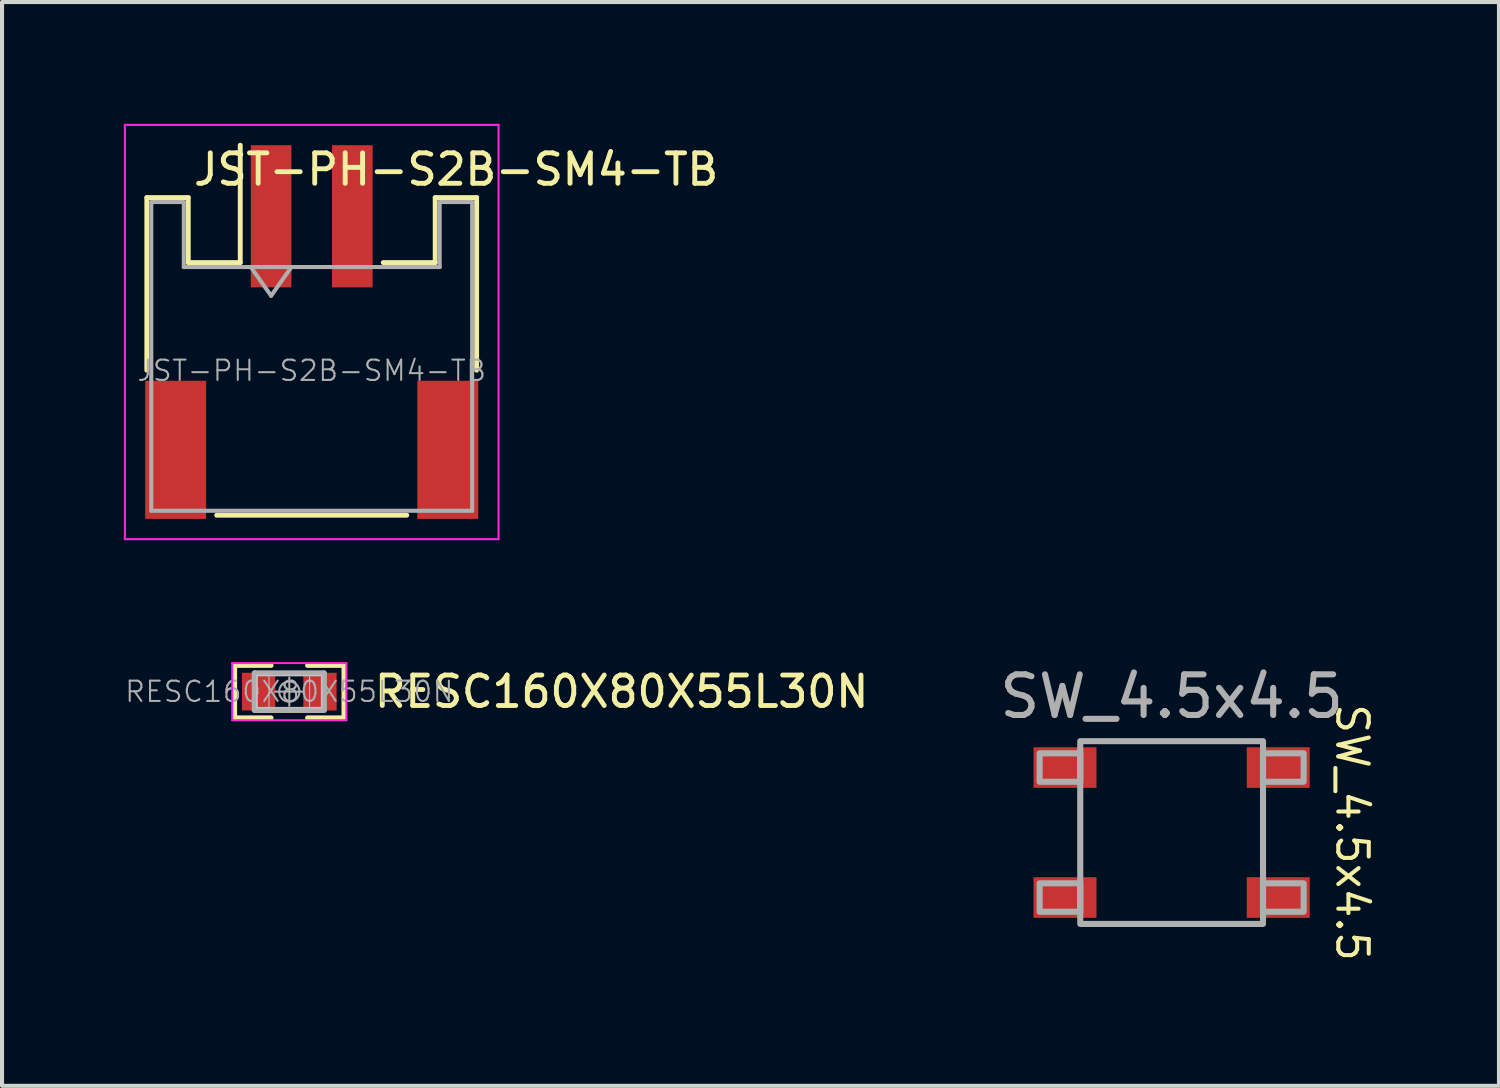
<source format=kicad_pcb>
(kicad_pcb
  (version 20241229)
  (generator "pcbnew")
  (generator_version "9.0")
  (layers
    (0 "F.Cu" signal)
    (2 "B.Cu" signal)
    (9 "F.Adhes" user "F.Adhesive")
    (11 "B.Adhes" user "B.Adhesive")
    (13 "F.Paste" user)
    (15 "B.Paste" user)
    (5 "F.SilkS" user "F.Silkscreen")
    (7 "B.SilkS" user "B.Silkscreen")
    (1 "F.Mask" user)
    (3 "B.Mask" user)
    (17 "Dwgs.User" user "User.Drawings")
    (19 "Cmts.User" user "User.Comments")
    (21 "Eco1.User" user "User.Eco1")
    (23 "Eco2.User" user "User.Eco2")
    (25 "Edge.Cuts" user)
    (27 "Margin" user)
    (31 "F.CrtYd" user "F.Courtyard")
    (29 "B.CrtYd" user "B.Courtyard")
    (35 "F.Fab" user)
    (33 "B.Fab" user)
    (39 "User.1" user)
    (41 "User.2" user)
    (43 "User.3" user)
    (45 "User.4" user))
  (footprint "SW_4.5x4.5"
    (layer "F.Cu")
    (at 25.797 17.448)
    (property "Reference" "SW_4.5x4.5" (at 4.445 0 270) (unlocked yes) (layer "F.SilkS") (effects (font (size 0.75 0.75) (thickness 0.1))))
    (attr smd)
    (fp_rect (start -3.25 -1.95) (end -2.25 -1.25) (stroke (width 0.15) (type default)) (fill no) (layer "F.Fab"))
    (fp_rect (start -3.25 1.25) (end -2.25 1.95) (stroke (width 0.15) (type default)) (fill no) (layer "F.Fab"))
    (fp_rect (start -2.25 -2.25) (end 2.25 2.25) (stroke (width 0.15) (type default)) (fill no) (layer "F.Fab"))
    (fp_rect (start 2.25 -1.95) (end 3.25 -1.25) (stroke (width 0.15) (type default)) (fill no) (layer "F.Fab"))
    (fp_rect (start 2.25 1.25) (end 3.25 1.95) (stroke (width 0.15) (type default)) (fill no) (layer "F.Fab"))
    (fp_text user "${REFERENCE}" (at 0 -3.35 0) (unlocked yes) (layer "F.Fab") (effects (font (size 1 1) (thickness 0.15))))
    (pad "1" smd rect (at -2.625 -1.6) (size 1.55 1) (layers "F.Cu" "F.Mask" "F.Paste"))
    (pad "2" smd rect (at 2.625 -1.6) (size 1.55 1) (layers "F.Cu" "F.Mask" "F.Paste"))
    (pad "3" smd rect (at -2.625 1.6) (size 1.55 1) (layers "F.Cu" "F.Mask" "F.Paste"))
    (pad "4" smd rect (at 2.625 1.6) (size 1.55 1) (layers "F.Cu" "F.Mask" "F.Paste")))
  (footprint "RESC160X80X55L30N"
    (layer "F.Cu")
    (at 4.073 13.979)
    (property "Reference" "RESC160X80X55L30N" (at 2.032 0 0) (layer "F.SilkS") (effects (font (size 0.75 0.75) (thickness 0.12)) (justify left)))
    (attr smd)
    (fp_line (start -1.345 -0.645) (end -0.448 -0.645) (stroke (width 0.12) (type solid)) (layer "F.SilkS"))
    (fp_line (start -1.345 0.645) (end -1.345 -0.645) (stroke (width 0.12) (type solid)) (layer "F.SilkS"))
    (fp_line (start -0.448 0.645) (end -1.345 0.645) (stroke (width 0.12) (type solid)) (layer "F.SilkS"))
    (fp_line (start 0.448 0.645) (end 1.345 0.645) (stroke (width 0.12) (type solid)) (layer "F.SilkS"))
    (fp_line (start 1.345 -0.645) (end 0.448 -0.645) (stroke (width 0.12) (type solid)) (layer "F.SilkS"))
    (fp_line (start 1.345 0.645) (end 1.345 -0.645) (stroke (width 0.12) (type solid)) (layer "F.SilkS"))
    (fp_line (start -0.8 -0.4) (end -0.5 -0.4) (stroke (width 0.025) (type solid)) (layer "Dwgs.User"))
    (fp_line (start -0.8 -0.4) (end 0.8 -0.4) (stroke (width 0.025) (type solid)) (layer "Dwgs.User"))
    (fp_line (start -0.8 0.4) (end -0.8 -0.4) (stroke (width 0.025) (type solid)) (layer "Dwgs.User"))
    (fp_line (start -0.8 0.4) (end -0.8 -0.4) (stroke (width 0.025) (type solid)) (layer "Dwgs.User"))
    (fp_line (start -0.5 -0.4) (end -0.5 0.4) (stroke (width 0.025) (type solid)) (layer "Dwgs.User"))
    (fp_line (start -0.5 0.4) (end -0.8 0.4) (stroke (width 0.025) (type solid)) (layer "Dwgs.User"))
    (fp_line (start 0.5 -0.4) (end 0.8 -0.4) (stroke (width 0.025) (type solid)) (layer "Dwgs.User"))
    (fp_line (start 0.5 0.4) (end 0.5 -0.4) (stroke (width 0.025) (type solid)) (layer "Dwgs.User"))
    (fp_line (start 0.8 -0.4) (end 0.8 0.4) (stroke (width 0.025) (type solid)) (layer "Dwgs.User"))
    (fp_line (start 0.8 -0.4) (end 0.8 0.4) (stroke (width 0.025) (type solid)) (layer "Dwgs.User"))
    (fp_line (start 0.8 0.4) (end -0.8 0.4) (stroke (width 0.025) (type solid)) (layer "Dwgs.User"))
    (fp_line (start 0.8 0.4) (end 0.5 0.4) (stroke (width 0.025) (type solid)) (layer "Dwgs.User"))
    (fp_line (start -1.405 -0.704) (end 1.405 -0.704) (stroke (width 0.05) (type solid)) (layer "F.CrtYd"))
    (fp_line (start -1.405 0.704) (end -1.405 -0.704) (stroke (width 0.05) (type solid)) (layer "F.CrtYd"))
    (fp_line (start 1.405 -0.704) (end 1.405 0.704) (stroke (width 0.05) (type solid)) (layer "F.CrtYd"))
    (fp_line (start 1.405 0.704) (end -1.405 0.704) (stroke (width 0.05) (type solid)) (layer "F.CrtYd"))
    (fp_line (start -0.85 -0.45) (end 0.85 -0.45) (stroke (width 0.15) (type solid)) (layer "F.Fab"))
    (fp_line (start -0.85 0.45) (end -0.85 -0.45) (stroke (width 0.15) (type solid)) (layer "F.Fab"))
    (fp_line (start 0 -0.35) (end 0 0.35) (stroke (width 0.05) (type solid)) (layer "F.Fab"))
    (fp_line (start 0.35 0) (end -0.35 0) (stroke (width 0.05) (type solid)) (layer "F.Fab"))
    (fp_line (start 0.85 -0.45) (end 0.85 0.45) (stroke (width 0.15) (type solid)) (layer "F.Fab"))
    (fp_line (start 0.85 0.45) (end -0.85 0.45) (stroke (width 0.15) (type solid)) (layer "F.Fab"))
    (fp_circle (center 0 0) (end 0.25 0) (stroke (width 0.05) (type solid)) (fill no) (layer "F.Fab"))
    (fp_text user "${REFERENCE}" (at 0 0 0) (layer "F.Fab") (effects (font (size 0.5 0.5) (thickness 0.05))))
    (pad "1" smd rect (at -0.755 0) (size 0.82 0.929) (layers "F.Cu" "F.Mask" "F.Paste"))
    (pad "2" smd rect (at 0.755 0) (size 0.82 0.929) (layers "F.Cu" "F.Mask" "F.Paste")))
  (footprint "JST-PH-S2B-SM4-TB"
    (layer "F.Cu")
    (at 4.625 6.075)
    (property "Reference" "JST-PH-S2B-SM4-TB" (at 3.556 -4.953 0) (unlocked yes) (layer "F.SilkS") (effects (font (size 0.75 0.75) (thickness 0.12))))
    (attr smd)
    (fp_line (start -4.06 -4.26) (end -3.04 -4.26) (stroke (width 0.12) (type solid)) (layer "F.SilkS"))
    (fp_line (start -4.06 -0.01) (end -4.06 -4.26) (stroke (width 0.12) (type solid)) (layer "F.SilkS"))
    (fp_line (start -3.04 -4.26) (end -3.04 -2.66) (stroke (width 0.12) (type solid)) (layer "F.SilkS"))
    (fp_line (start -3.04 -2.66) (end -1.76 -2.66) (stroke (width 0.12) (type solid)) (layer "F.SilkS"))
    (fp_line (start -2.34 3.56) (end 2.34 3.56) (stroke (width 0.12) (type solid)) (layer "F.SilkS"))
    (fp_line (start -1.76 -2.66) (end -1.76 -5.55) (stroke (width 0.12) (type solid)) (layer "F.SilkS"))
    (fp_line (start 3.04 -4.26) (end 3.04 -2.66) (stroke (width 0.12) (type solid)) (layer "F.SilkS"))
    (fp_line (start 3.04 -2.66) (end 1.76 -2.66) (stroke (width 0.12) (type solid)) (layer "F.SilkS"))
    (fp_line (start 4.06 -4.26) (end 3.04 -4.26) (stroke (width 0.12) (type solid)) (layer "F.SilkS"))
    (fp_line (start 4.06 -0.01) (end 4.06 -4.26) (stroke (width 0.12) (type solid)) (layer "F.SilkS"))
    (fp_line (start -4.6 -6.05) (end -4.6 4.15) (stroke (width 0.05) (type solid)) (layer "F.CrtYd"))
    (fp_line (start -4.6 4.15) (end 4.6 4.15) (stroke (width 0.05) (type solid)) (layer "F.CrtYd"))
    (fp_line (start 4.6 -6.05) (end -4.6 -6.05) (stroke (width 0.05) (type solid)) (layer "F.CrtYd"))
    (fp_line (start 4.6 4.15) (end 4.6 -6.05) (stroke (width 0.05) (type solid)) (layer "F.CrtYd"))
    (fp_line (start -3.95 -4.15) (end -3.95 3.45) (stroke (width 0.1) (type solid)) (layer "F.Fab"))
    (fp_line (start -3.95 -4.15) (end -3.15 -4.15) (stroke (width 0.1) (type solid)) (layer "F.Fab"))
    (fp_line (start -3.95 3.45) (end 3.95 3.45) (stroke (width 0.1) (type solid)) (layer "F.Fab"))
    (fp_line (start -3.15 -4.15) (end -3.15 -2.55) (stroke (width 0.1) (type solid)) (layer "F.Fab"))
    (fp_line (start -3.15 -2.55) (end 3.15 -2.55) (stroke (width 0.1) (type solid)) (layer "F.Fab"))
    (fp_line (start -1.5 -2.55) (end -1 -1.843) (stroke (width 0.1) (type solid)) (layer "F.Fab"))
    (fp_line (start -1 -1.843) (end -0.5 -2.55) (stroke (width 0.1) (type solid)) (layer "F.Fab"))
    (fp_line (start 3.15 -4.15) (end 3.95 -4.15) (stroke (width 0.1) (type solid)) (layer "F.Fab"))
    (fp_line (start 3.15 -2.55) (end 3.15 -4.15) (stroke (width 0.1) (type solid)) (layer "F.Fab"))
    (fp_line (start 3.95 -4.15) (end 3.95 3.45) (stroke (width 0.1) (type solid)) (layer "F.Fab"))
    (fp_text user "${REFERENCE}" (at 0 0 0) (unlocked yes) (layer "F.Fab") (effects (font (size 0.5 0.5) (thickness 0.05))))
    (pad "" smd rect (at -3.35 1.95) (size 1.5 3.4) (layers "F.Cu" "F.Mask" "F.Paste"))
    (pad "" smd rect (at 3.35 1.95) (size 1.5 3.4) (layers "F.Cu" "F.Mask" "F.Paste"))
    (pad "1" smd rect (at -1 -3.8) (size 1 3.5) (layers "F.Cu" "F.Mask" "F.Paste"))
    (pad "2" smd rect (at 1 -3.8) (size 1 3.5) (layers "F.Cu" "F.Mask" "F.Paste")))
  (gr_rect
    (start -3 -3)
    (end 33.856 23.684)
    (stroke (width 0.1) (type default))
    (fill no)
    (layer "Edge.Cuts")))
</source>
